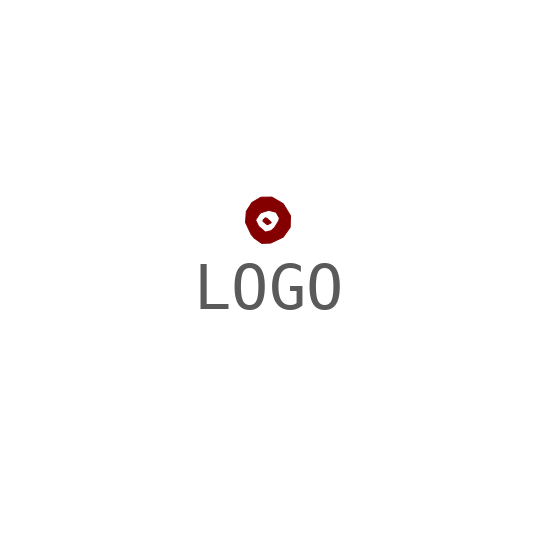
<source format=kicad_sym>
(kicad_symbol_lib
  (version 20210619)
  (generator bitmap2component)
  (symbol "LOGO"
    (pin_names
      (offset 1.016))
    (property "Reference" "#G"
      (at 0 -0.127 0)
      (effects (font (size 1.27 1.27)) hide))
    (symbol "LOGO_0_0"
      (polyline (pts (xy 0.075 -0.467) (xy 0.334 -0.344) (xy 0.478 -0.141) (xy 0.484 0.099) (xy 0.339 0.339) (xy 0.326 0.351) (xy 0.097 0.484) (xy -0.126 0.481) (xy -0.312 0.373) (xy -0.429 0.188) (xy -0.442 0.009) (xy -0.237 0.009) (xy -0.156 0.134) (xy -0.125 0.161) (xy 0.037 0.211) (xy 0.188 0.17) (xy 0.254 0.05) (xy 0.242 -0.008) (xy 0.152 -0.152) (xy 0.086 -0.211) (xy -0.037 -0.241) (xy -0.173 -0.123) (xy -0.176 -0.119) (xy -0.237 0.009) (xy -0.442 0.009) (xy -0.445 -0.042) (xy -0.329 -0.289) (xy -0.264 -0.366) (xy -0.11 -0.474) (xy 0.075 -0.467)) (stroke (width 0.01)) (fill (type outline)))
      (polyline (pts (xy 0.019 -0.084) (xy 0.085 -0.047) (xy 0.081 -0.034) (xy 0 0.042) (xy -0.033 0.056) (xy -0.085 0.005) (xy -0.082 -0.019) (xy 0 -0.085) (xy 0.019 -0.084)) (stroke (width 0.01)) (fill (type outline))))))
</source>
